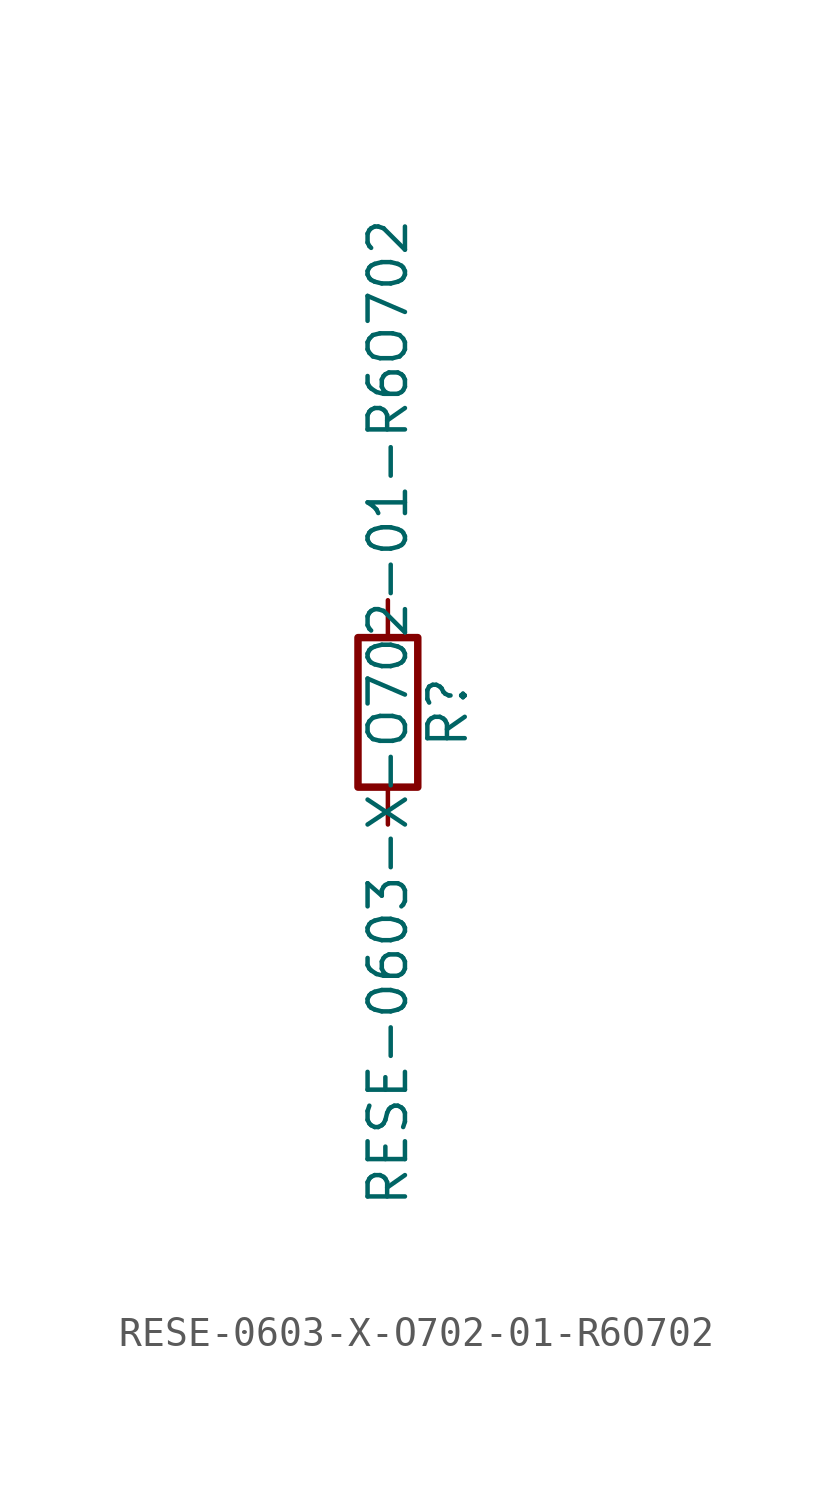
<source format=kicad_sym>
(kicad_symbol_lib
  (version 20211014)
  (generator kicad_symbol_editor)
  (symbol "RESE-0603-X-O702-01-R6O702"
    (pin_numbers hide)
    (pin_names
      (offset 0))
    (property "Reference" "R"
      (at 2.032 0 90)
      (effects (font (size 1.27 1.27))))
    (property "Value" "RESE-0603-X-O702-01-R6O702"
      (at 0 0 90)
      (effects (font (size 1.27 1.27))))
    (symbol "RESE-0603-X-O702-01-R6O702_0_1"
      (rectangle (start -1.016 -2.54) (end 1.016 2.54) (stroke (width 0.254) (type default) (color 0 0 0 0)) (fill (type none))))
    (symbol "RESE-0603-X-O702-01-R6O702_1_1"
      (pin passive line (at 0 3.81 270) (length 1.27) (name "~" (effects (font (size 1.27 1.27)))) (number "1" (effects (font (size 1.27 1.27)))))
      (pin passive line (at 0 -3.81 90) (length 1.27) (name "~" (effects (font (size 1.27 1.27)))) (number "2" (effects (font (size 1.27 1.27))))))))
</source>
